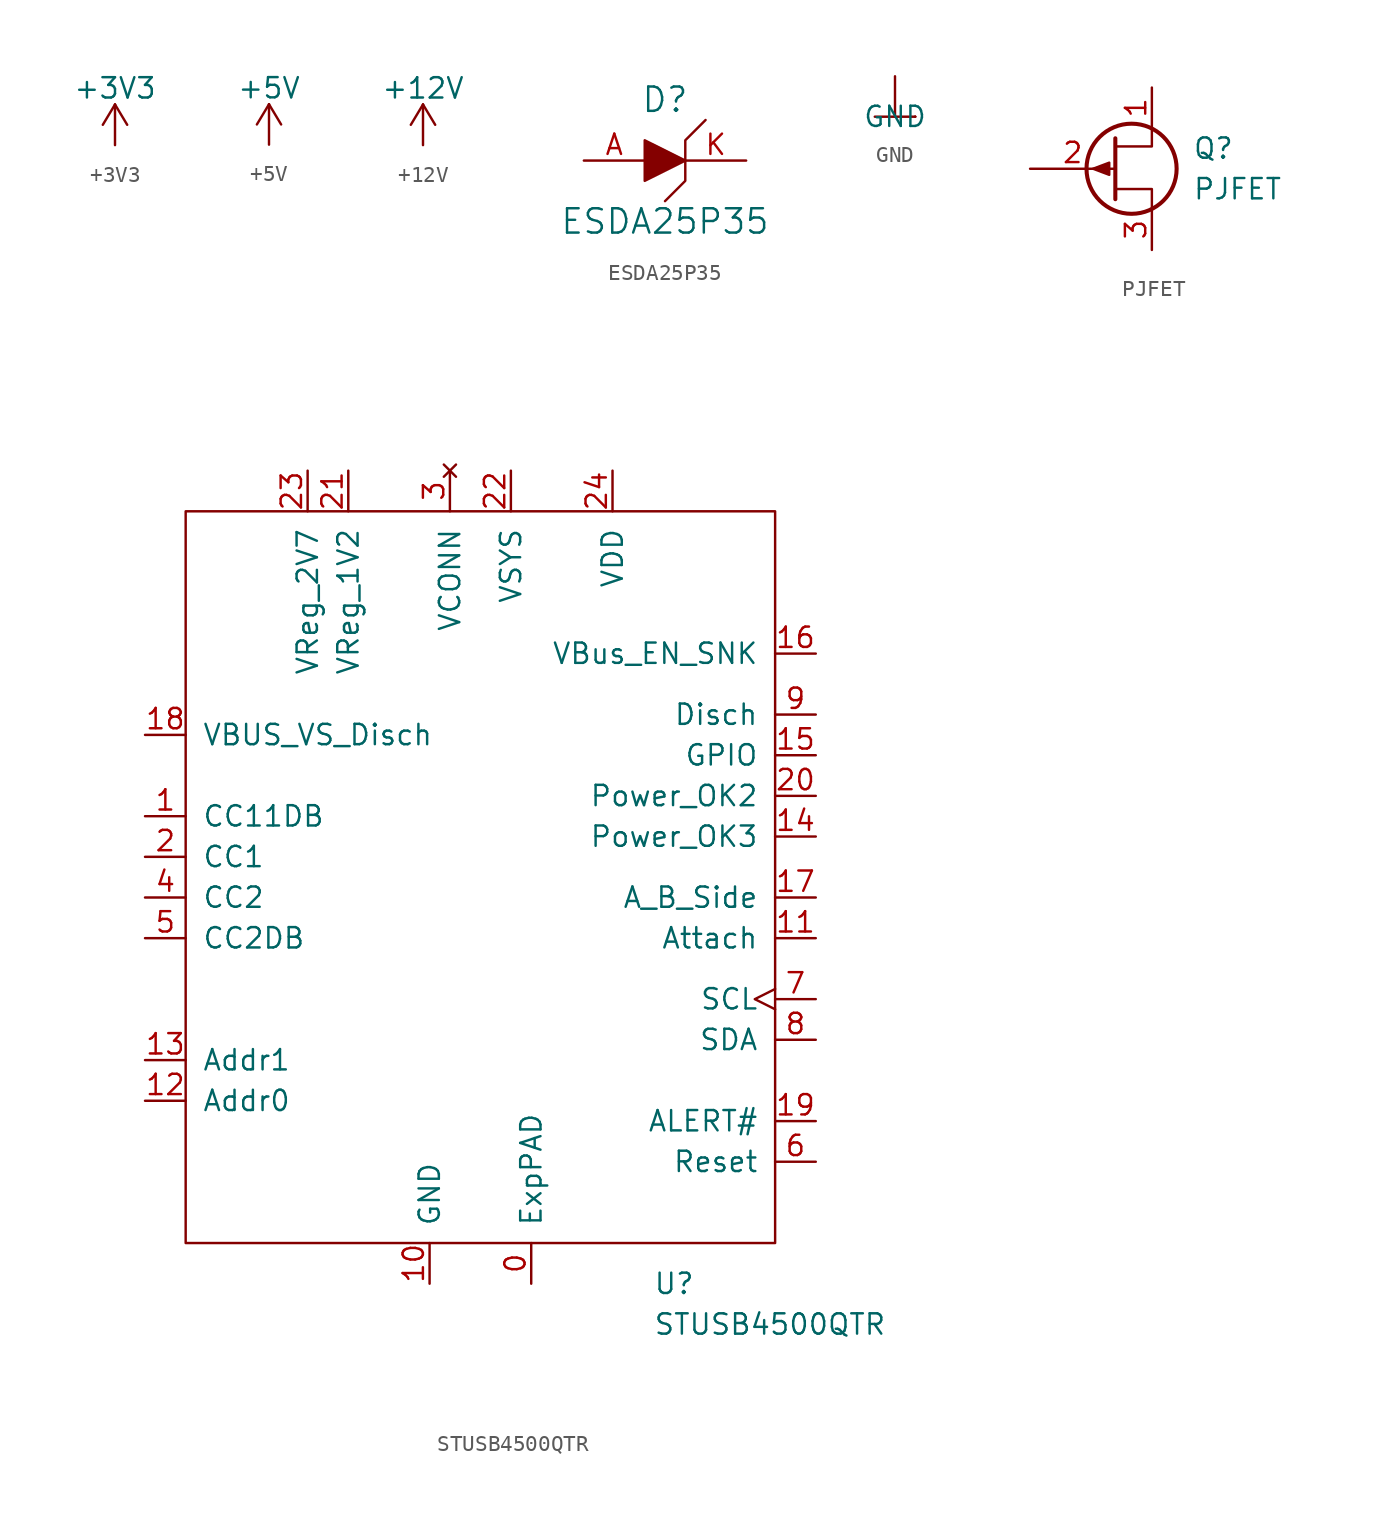
<source format=kicad_sym>
(kicad_symbol_lib
  (version 20231120)
  (generator "kicad_symbol_editor")
  (generator_version "8.0")
  (symbol "+3V3"
    (power)
    (pin_names
      (offset 0))
    (property "Reference" "#PWR"
      (at 0 -3.81 0)
      (effects (font (size 1.27 1.27)) (hide yes)))
    (property "Value" "+3V3"
      (at 0 3.556 0)
      (effects (font (size 1.27 1.27))))
    (symbol "+3V3_0_1"
      (polyline (pts (xy -0.762 1.27) (xy 0 2.54)) (stroke (width 0) (type solid)) (fill (type none)))
      (polyline (pts (xy 0 0) (xy 0 2.54)) (stroke (width 0) (type solid)) (fill (type none)))
      (polyline (pts (xy 0 2.54) (xy 0.762 1.27)) (stroke (width 0) (type solid)) (fill (type none))))
    (symbol "+3V3_1_1"
      (pin power_in line (at 0 0 90) (length 0) hide (name "+3V3" (effects (font (size 1.27 1.27)))) (number "~" (effects (font (size 1.27 1.27)))))))
  (symbol "+5V"
    (power)
    (pin_names
      (offset 0))
    (property "Reference" "#PWR"
      (at 0 -3.81 0)
      (effects (font (size 1.27 1.27)) (hide yes)))
    (property "Value" "+5V"
      (at 0 3.556 0)
      (effects (font (size 1.27 1.27))))
    (symbol "+5V_0_1"
      (polyline (pts (xy -0.762 1.27) (xy 0 2.54)) (stroke (width 0) (type solid)) (fill (type none)))
      (polyline (pts (xy 0 0) (xy 0 2.54)) (stroke (width 0) (type solid)) (fill (type none)))
      (polyline (pts (xy 0 2.54) (xy 0.762 1.27)) (stroke (width 0) (type solid)) (fill (type none))))
    (symbol "+5V_1_1"
      (pin power_in line (at 0 0 90) (length 0) hide (name "+5V" (effects (font (size 1.27 1.27)))) (number "~" (effects (font (size 1.27 1.27)))))))
  (symbol "+12V"
    (power)
    (pin_names
      (offset 0))
    (property "Reference" "#PWR"
      (at 0 -3.81 0)
      (effects (font (size 1.27 1.27)) (hide yes)))
    (property "Value" "+12V"
      (at 0 3.556 0)
      (effects (font (size 1.27 1.27))))
    (symbol "+12V_0_1"
      (polyline (pts (xy -0.762 1.27) (xy 0 2.54)) (stroke (width 0) (type solid)) (fill (type none)))
      (polyline (pts (xy 0 0) (xy 0 2.54)) (stroke (width 0) (type solid)) (fill (type none)))
      (polyline (pts (xy 0 2.54) (xy 0.762 1.27)) (stroke (width 0) (type solid)) (fill (type none))))
    (symbol "+12V_1_1"
      (pin power_in line (at 0 0 90) (length 0) hide (name "+12V" (effects (font (size 1.27 1.27)))) (number "~" (effects (font (size 1.27 1.27)))))))
  (symbol "ESDA25P35"
    (pin_names
      (offset 1.016))
    (property "Reference" "D"
      (at 0 3.81 0)
      (effects (font (size 1.524 1.524))))
    (property "Value" "ESDA25P35"
      (at 0 -3.81 0)
      (effects (font (size 1.524 1.524))))
    (symbol "ESDA25P35_0_1"
      (polyline (pts (xy -1.27 1.27) (xy -1.27 -1.27) (xy 1.27 0) (xy -1.27 1.27)) (stroke (width 0) (type solid)) (fill (type outline)))
      (polyline (pts (xy 2.54 2.54) (xy 1.27 1.27) (xy 1.27 -1.27) (xy 0 -2.54)) (stroke (width 0) (type solid)) (fill (type none))))
    (symbol "ESDA25P35_1_1"
      (pin bidirectional line (at -5.08 0 0) (length 3.81) (name "~" (effects (font (size 1.27 1.27)))) (number "A" (effects (font (size 1.27 1.27)))))
      (pin bidirectional line (at 5.08 0 180) (length 3.81) (name "~" (effects (font (size 1.27 1.27)))) (number "K" (effects (font (size 1.27 1.27)))))))
  (symbol "GND"
    (power)
    (pin_names
      (offset 0))
    (property "Reference" "#PWR"
      (at 0 0 0)
      (effects (font (size 1.27 1.27)) (hide yes)))
    (property "Value" "GND"
      (at 0 0 0)
      (effects (font (size 1.27 1.27))))
    (symbol "GND_0_1"
      (polyline (pts (xy -1.27 0) (xy 1.27 0)) (stroke (width 0) (type default)) (fill (type none)))
      (polyline (pts (xy 1.27 0) (xy 1.27 0)) (stroke (width 0) (type default)) (fill (type none)))
      (polyline (pts (xy 1.27 0) (xy 1.27 0)) (stroke (width 0) (type default)) (fill (type none))))
    (symbol "GND_1_1"
      (pin power_in line (at 0 2.54 270) (length 2.54) (name "" (effects (font (size 1.27 1.27)))) (number "" (effects (font (size 1.27 1.27)))))))
  (symbol "PJFET"
    (pin_names
      (offset 0) hide)
    (property "Reference" "Q"
      (at 5.08 1.27 0)
      (effects (font (size 1.27 1.27)) (justify left)))
    (property "Value" "PJFET"
      (at 5.08 -1.27 0)
      (effects (font (size 1.27 1.27)) (justify left)))
    (symbol "PJFET_0_1"
      (polyline (pts (xy 0.254 1.905) (xy 0.254 -1.905) (xy 0.254 -1.905)) (stroke (width 0.254) (type solid)) (fill (type none)))
      (polyline (pts (xy 2.54 -2.54) (xy 2.54 -1.27) (xy 0.254 -1.27)) (stroke (width 0) (type solid)) (fill (type none)))
      (polyline (pts (xy 2.54 2.54) (xy 2.54 1.397) (xy 0.254 1.397)) (stroke (width 0) (type solid)) (fill (type none)))
      (polyline (pts (xy -1.143 0) (xy -0.127 0.381) (xy -0.127 -0.381) (xy -1.143 0)) (stroke (width 0) (type solid)) (fill (type outline)))
      (circle (center 1.27 0) (radius 2.819) (stroke (width 0.254) (type solid)) (fill (type none))))
    (symbol "PJFET_1_1"
      (pin passive line (at 2.54 5.08 270) (length 2.54) (name "D" (effects (font (size 1.27 1.27)))) (number "1" (effects (font (size 1.27 1.27)))))
      (pin input line (at -5.08 0 0) (length 5.334) (name "G" (effects (font (size 1.27 1.27)))) (number "2" (effects (font (size 1.27 1.27)))))
      (pin passive line (at 2.54 -5.08 90) (length 2.54) (name "S" (effects (font (size 1.27 1.27)))) (number "3" (effects (font (size 1.27 1.27)))))))
  (symbol "STUSB4500QTR"
    (pin_names
      (offset 1.016))
    (property "Reference" "U"
      (at 11.43 -25.4 0)
      (effects (font (size 1.27 1.27)) (justify left)))
    (property "Value" "STUSB4500QTR"
      (at 11.43 -27.94 0)
      (effects (font (size 1.27 1.27)) (justify left)))
    (symbol "STUSB4500QTR_0_1"
      (rectangle (start -17.78 22.86) (end 19.05 -22.86) (stroke (width 0) (type solid)) (fill (type none))))
    (symbol "STUSB4500QTR_1_1"
      (pin passive line (at 3.81 -25.4 90) (length 2.54) (name "ExpPAD" (effects (font (size 1.27 1.27)))) (number "0" (effects (font (size 1.27 1.27)))))
      (pin input line (at -20.32 3.81 0) (length 2.54) (name "CC11DB" (effects (font (size 1.27 1.27)))) (number "1" (effects (font (size 1.27 1.27)))))
      (pin power_in line (at -2.54 -25.4 90) (length 2.54) (name "GND" (effects (font (size 1.27 1.27)))) (number "10" (effects (font (size 1.27 1.27)))))
      (pin output line (at 21.59 -3.81 180) (length 2.54) (name "Attach" (effects (font (size 1.27 1.27)))) (number "11" (effects (font (size 1.27 1.27)))))
      (pin input line (at -20.32 -13.97 0) (length 2.54) (name "Addr0" (effects (font (size 1.27 1.27)))) (number "12" (effects (font (size 1.27 1.27)))))
      (pin input line (at -20.32 -11.43 0) (length 2.54) (name "Addr1" (effects (font (size 1.27 1.27)))) (number "13" (effects (font (size 1.27 1.27)))))
      (pin output line (at 21.59 2.54 180) (length 2.54) (name "Power_OK3" (effects (font (size 1.27 1.27)))) (number "14" (effects (font (size 1.27 1.27)))))
      (pin output line (at 21.59 7.62 180) (length 2.54) (name "GPIO" (effects (font (size 1.27 1.27)))) (number "15" (effects (font (size 1.27 1.27)))))
      (pin output line (at 21.59 13.97 180) (length 2.54) (name "VBus_EN_SNK" (effects (font (size 1.27 1.27)))) (number "16" (effects (font (size 1.27 1.27)))))
      (pin output line (at 21.59 -1.27 180) (length 2.54) (name "A_B_Side" (effects (font (size 1.27 1.27)))) (number "17" (effects (font (size 1.27 1.27)))))
      (pin input line (at -20.32 8.89 0) (length 2.54) (name "VBUS_VS_Disch" (effects (font (size 1.27 1.27)))) (number "18" (effects (font (size 1.27 1.27)))))
      (pin output line (at 21.59 -15.24 180) (length 2.54) (name "ALERT#" (effects (font (size 1.27 1.27)))) (number "19" (effects (font (size 1.27 1.27)))))
      (pin input line (at -20.32 1.27 0) (length 2.54) (name "CC1" (effects (font (size 1.27 1.27)))) (number "2" (effects (font (size 1.27 1.27)))))
      (pin output line (at 21.59 5.08 180) (length 2.54) (name "Power_OK2" (effects (font (size 1.27 1.27)))) (number "20" (effects (font (size 1.27 1.27)))))
      (pin power_in line (at -7.62 25.4 270) (length 2.54) (name "VReg_1V2" (effects (font (size 1.27 1.27)))) (number "21" (effects (font (size 1.27 1.27)))))
      (pin power_in line (at 2.54 25.4 270) (length 2.54) (name "VSYS" (effects (font (size 1.27 1.27)))) (number "22" (effects (font (size 1.27 1.27)))))
      (pin power_in line (at -10.16 25.4 270) (length 2.54) (name "VReg_2V7" (effects (font (size 1.27 1.27)))) (number "23" (effects (font (size 1.27 1.27)))))
      (pin power_in line (at 8.89 25.4 270) (length 2.54) (name "VDD" (effects (font (size 1.27 1.27)))) (number "24" (effects (font (size 1.27 1.27)))))
      (pin no_connect line (at -1.27 25.4 270) (length 2.54) (name "VCONN" (effects (font (size 1.27 1.27)))) (number "3" (effects (font (size 1.27 1.27)))))
      (pin input line (at -20.32 -1.27 0) (length 2.54) (name "CC2" (effects (font (size 1.27 1.27)))) (number "4" (effects (font (size 1.27 1.27)))))
      (pin input line (at -20.32 -3.81 0) (length 2.54) (name "CC2DB" (effects (font (size 1.27 1.27)))) (number "5" (effects (font (size 1.27 1.27)))))
      (pin input line (at 21.59 -17.78 180) (length 2.54) (name "Reset" (effects (font (size 1.27 1.27)))) (number "6" (effects (font (size 1.27 1.27)))))
      (pin input clock (at 21.59 -7.62 180) (length 2.54) (name "SCL" (effects (font (size 1.27 1.27)))) (number "7" (effects (font (size 1.27 1.27)))))
      (pin bidirectional line (at 21.59 -10.16 180) (length 2.54) (name "SDA" (effects (font (size 1.27 1.27)))) (number "8" (effects (font (size 1.27 1.27)))))
      (pin bidirectional line (at 21.59 10.16 180) (length 2.54) (name "Disch" (effects (font (size 1.27 1.27)))) (number "9" (effects (font (size 1.27 1.27))))))))
</source>
